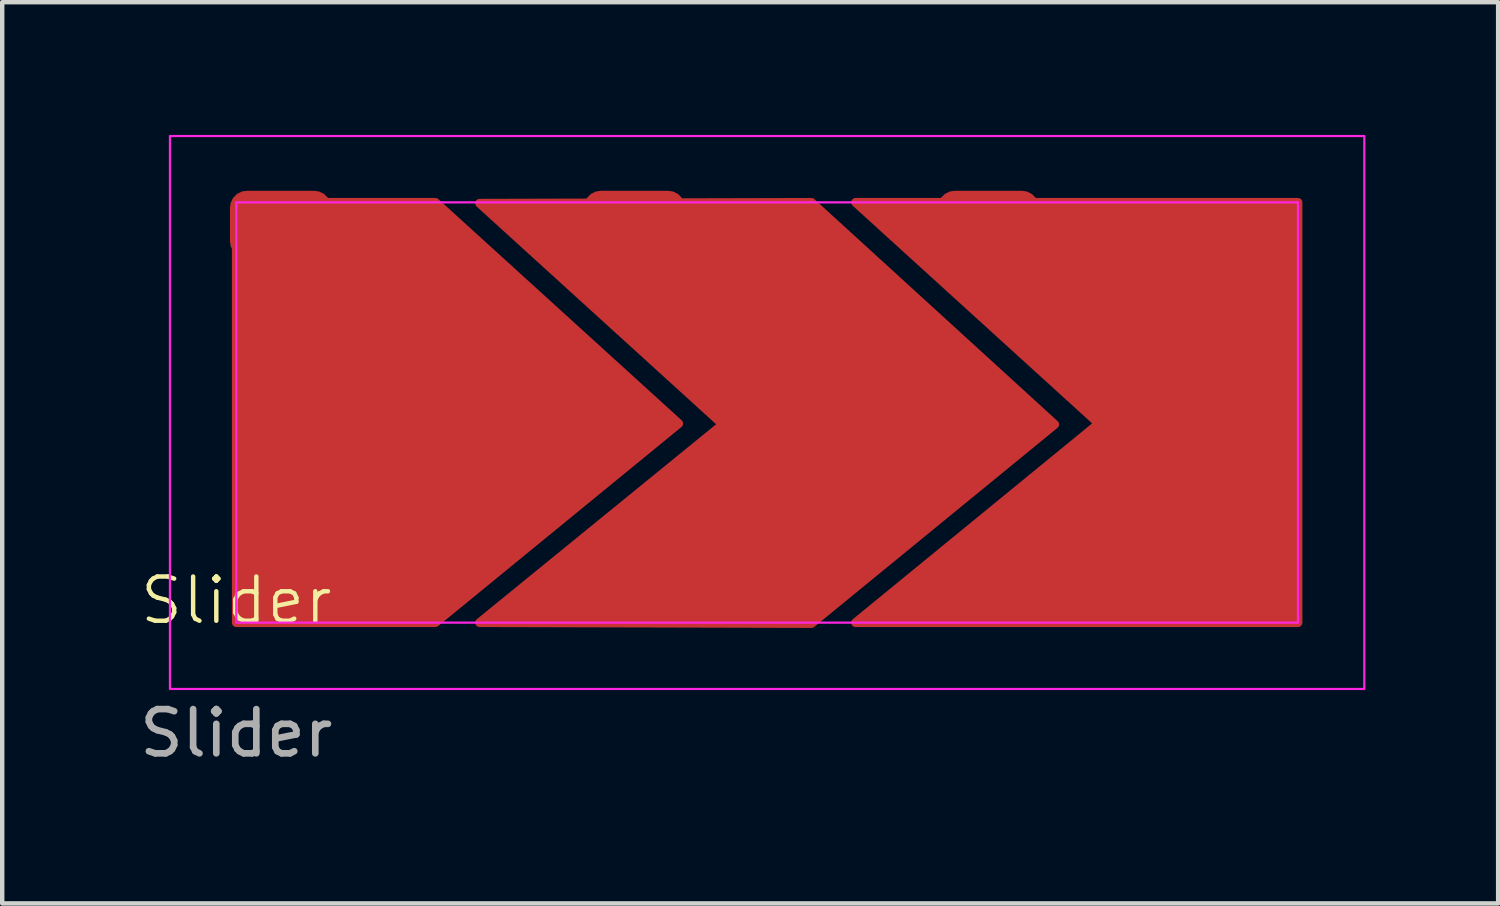
<source format=kicad_pcb>
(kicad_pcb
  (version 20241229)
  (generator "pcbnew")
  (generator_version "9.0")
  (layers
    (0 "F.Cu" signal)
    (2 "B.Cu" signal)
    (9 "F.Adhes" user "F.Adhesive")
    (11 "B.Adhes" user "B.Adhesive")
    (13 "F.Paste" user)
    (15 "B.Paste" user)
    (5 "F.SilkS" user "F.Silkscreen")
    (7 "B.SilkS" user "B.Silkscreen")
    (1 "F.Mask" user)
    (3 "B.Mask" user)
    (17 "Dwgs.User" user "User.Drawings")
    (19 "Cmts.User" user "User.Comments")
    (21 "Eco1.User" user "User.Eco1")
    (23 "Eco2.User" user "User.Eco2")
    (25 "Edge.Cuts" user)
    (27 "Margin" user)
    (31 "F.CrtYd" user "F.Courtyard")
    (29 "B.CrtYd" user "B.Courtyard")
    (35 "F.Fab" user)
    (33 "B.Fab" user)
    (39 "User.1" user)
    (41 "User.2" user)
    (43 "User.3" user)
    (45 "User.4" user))
  (footprint "Slider"
    (layer "F.Cu")
    (at 2.292 11.025)
    (property "Reference" "Slider" (at 0 -0.5 0) (unlocked yes) (layer "F.SilkS") (effects (font (size 1 1) (thickness 0.1))))
    (attr smd)
    (fp_poly (pts (xy 0 0) (xy 4.5 0) (xy 10 -4.5) (xy 4.5 -9.5) (xy 0 -9.5)) (stroke (width 0.2) (type solid)) (fill yes) (layer "F.Cu"))
    (fp_poly (pts (xy 24 0) (xy 14 0) (xy 19.5 -4.5) (xy 14 -9.5) (xy 24 -9.5)) (stroke (width 0.2) (type solid)) (fill yes) (layer "F.Cu"))
    (fp_poly (pts (xy 5.5 -9.48) (xy 11 -4.48) (xy 5.5 0) (xy 13 0.02) (xy 18.5 -4.48) (xy 13 -9.5)) (stroke (width 0.2) (type solid)) (fill yes) (layer "F.Cu"))
    (fp_rect (start -1.5 -11) (end 25.5 1.5) (stroke (width 0.05) (type default)) (fill no) (layer "F.CrtYd"))
    (fp_rect (start 0 -9.5) (end 24 0) (stroke (width 0.05) (type default)) (fill no) (layer "F.CrtYd"))
    (fp_text user "${REFERENCE}" (at 0 2.5 0) (unlocked yes) (layer "F.Fab") (effects (font (size 1 1) (thickness 0.15))))
    (pad "1" smd roundrect (at 1 -9) (size 2.286 1.524) (layers "F.Cu") (roundrect_rratio 0.25))
    (pad "2" smd roundrect (at 9 -9) (size 2.286 1.524) (layers "F.Cu") (roundrect_rratio 0.25))
    (pad "3" smd roundrect (at 17 -9) (size 2.286 1.524) (layers "F.Cu") (roundrect_rratio 0.25)))
  (gr_rect
    (start -3 -3)
    (end 30.817 17.373)
    (stroke (width 0.1) (type default))
    (fill no)
    (layer "Edge.Cuts")))
</source>
